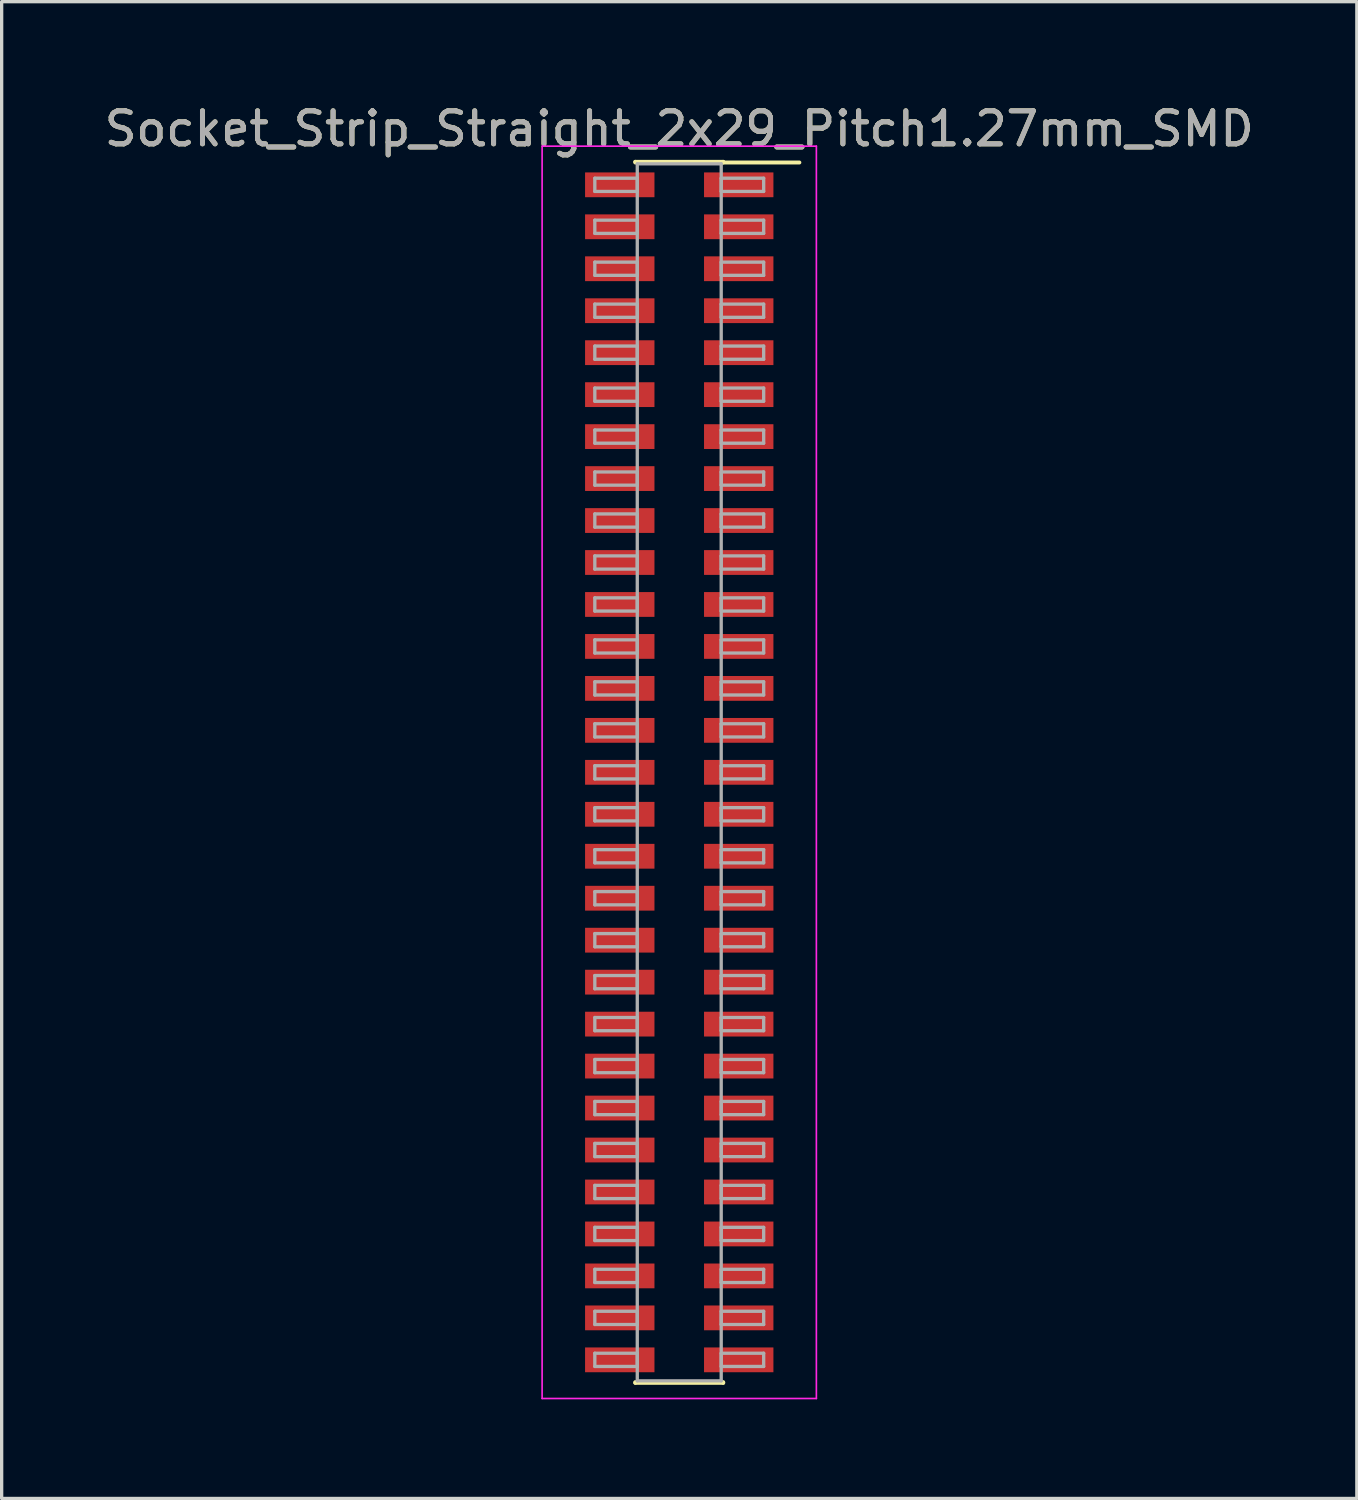
<source format=kicad_pcb>
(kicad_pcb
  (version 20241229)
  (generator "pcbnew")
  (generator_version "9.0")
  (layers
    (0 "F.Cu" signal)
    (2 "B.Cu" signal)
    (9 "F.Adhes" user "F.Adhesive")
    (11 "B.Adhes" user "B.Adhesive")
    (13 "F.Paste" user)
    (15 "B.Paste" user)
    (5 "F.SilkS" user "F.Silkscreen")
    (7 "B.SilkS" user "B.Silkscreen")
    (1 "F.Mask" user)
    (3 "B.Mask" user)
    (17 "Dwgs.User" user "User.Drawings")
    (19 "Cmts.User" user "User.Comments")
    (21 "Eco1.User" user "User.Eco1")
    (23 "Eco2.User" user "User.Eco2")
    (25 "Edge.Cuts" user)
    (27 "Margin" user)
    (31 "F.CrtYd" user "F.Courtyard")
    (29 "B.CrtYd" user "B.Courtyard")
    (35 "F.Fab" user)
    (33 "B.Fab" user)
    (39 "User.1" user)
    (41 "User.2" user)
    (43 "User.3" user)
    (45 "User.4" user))
  (footprint "Socket_Strip_Straight_2x29_Pitch1.27mm_SMD"
    (layer "F.Cu")
    (at 17.506 20.323)
    (property "Reference" "Socket_Strip_Straight_2x29_Pitch1.27mm_SMD" (at 0 -19.475 0) (layer "F.SilkS") (effects (font (size 1 1) (thickness 0.15))))
    (attr smd)
    (fp_line (start -1.33 -18.475) (end 1.33 -18.475) (stroke (width 0.12) (type solid)) (layer "F.SilkS"))
    (fp_line (start -1.33 -18.455) (end -1.33 -18.475) (stroke (width 0.12) (type solid)) (layer "F.SilkS"))
    (fp_line (start -1.33 18.455) (end -1.33 18.475) (stroke (width 0.12) (type solid)) (layer "F.SilkS"))
    (fp_line (start -1.33 18.475) (end 1.33 18.475) (stroke (width 0.12) (type solid)) (layer "F.SilkS"))
    (fp_line (start 1.33 -18.475) (end 1.33 -18.455) (stroke (width 0.12) (type solid)) (layer "F.SilkS"))
    (fp_line (start 1.33 18.475) (end 1.33 18.455) (stroke (width 0.12) (type solid)) (layer "F.SilkS"))
    (fp_line (start 3.635 -18.455) (end 1.33 -18.455) (stroke (width 0.12) (type solid)) (layer "F.SilkS"))
    (fp_line (start -4.15 -18.95) (end -4.15 18.95) (stroke (width 0.05) (type solid)) (layer "F.CrtYd"))
    (fp_line (start -4.15 18.95) (end 4.15 18.95) (stroke (width 0.05) (type solid)) (layer "F.CrtYd"))
    (fp_line (start 4.15 -18.95) (end -4.15 -18.95) (stroke (width 0.05) (type solid)) (layer "F.CrtYd"))
    (fp_line (start 4.15 18.95) (end 4.15 -18.95) (stroke (width 0.05) (type solid)) (layer "F.CrtYd"))
    (fp_line (start -2.555 -17.98) (end -1.27 -17.98) (stroke (width 0.1) (type solid)) (layer "F.Fab"))
    (fp_line (start -2.555 -17.58) (end -2.555 -17.98) (stroke (width 0.1) (type solid)) (layer "F.Fab"))
    (fp_line (start -2.555 -16.71) (end -1.27 -16.71) (stroke (width 0.1) (type solid)) (layer "F.Fab"))
    (fp_line (start -2.555 -16.31) (end -2.555 -16.71) (stroke (width 0.1) (type solid)) (layer "F.Fab"))
    (fp_line (start -2.555 -15.44) (end -1.27 -15.44) (stroke (width 0.1) (type solid)) (layer "F.Fab"))
    (fp_line (start -2.555 -15.04) (end -2.555 -15.44) (stroke (width 0.1) (type solid)) (layer "F.Fab"))
    (fp_line (start -2.555 -14.17) (end -1.27 -14.17) (stroke (width 0.1) (type solid)) (layer "F.Fab"))
    (fp_line (start -2.555 -13.77) (end -2.555 -14.17) (stroke (width 0.1) (type solid)) (layer "F.Fab"))
    (fp_line (start -2.555 -12.9) (end -1.27 -12.9) (stroke (width 0.1) (type solid)) (layer "F.Fab"))
    (fp_line (start -2.555 -12.5) (end -2.555 -12.9) (stroke (width 0.1) (type solid)) (layer "F.Fab"))
    (fp_line (start -2.555 -11.63) (end -1.27 -11.63) (stroke (width 0.1) (type solid)) (layer "F.Fab"))
    (fp_line (start -2.555 -11.23) (end -2.555 -11.63) (stroke (width 0.1) (type solid)) (layer "F.Fab"))
    (fp_line (start -2.555 -10.36) (end -1.27 -10.36) (stroke (width 0.1) (type solid)) (layer "F.Fab"))
    (fp_line (start -2.555 -9.96) (end -2.555 -10.36) (stroke (width 0.1) (type solid)) (layer "F.Fab"))
    (fp_line (start -2.555 -9.09) (end -1.27 -9.09) (stroke (width 0.1) (type solid)) (layer "F.Fab"))
    (fp_line (start -2.555 -8.69) (end -2.555 -9.09) (stroke (width 0.1) (type solid)) (layer "F.Fab"))
    (fp_line (start -2.555 -7.82) (end -1.27 -7.82) (stroke (width 0.1) (type solid)) (layer "F.Fab"))
    (fp_line (start -2.555 -7.42) (end -2.555 -7.82) (stroke (width 0.1) (type solid)) (layer "F.Fab"))
    (fp_line (start -2.555 -6.55) (end -1.27 -6.55) (stroke (width 0.1) (type solid)) (layer "F.Fab"))
    (fp_line (start -2.555 -6.15) (end -2.555 -6.55) (stroke (width 0.1) (type solid)) (layer "F.Fab"))
    (fp_line (start -2.555 -5.28) (end -1.27 -5.28) (stroke (width 0.1) (type solid)) (layer "F.Fab"))
    (fp_line (start -2.555 -4.88) (end -2.555 -5.28) (stroke (width 0.1) (type solid)) (layer "F.Fab"))
    (fp_line (start -2.555 -4.01) (end -1.27 -4.01) (stroke (width 0.1) (type solid)) (layer "F.Fab"))
    (fp_line (start -2.555 -3.61) (end -2.555 -4.01) (stroke (width 0.1) (type solid)) (layer "F.Fab"))
    (fp_line (start -2.555 -2.74) (end -1.27 -2.74) (stroke (width 0.1) (type solid)) (layer "F.Fab"))
    (fp_line (start -2.555 -2.34) (end -2.555 -2.74) (stroke (width 0.1) (type solid)) (layer "F.Fab"))
    (fp_line (start -2.555 -1.47) (end -1.27 -1.47) (stroke (width 0.1) (type solid)) (layer "F.Fab"))
    (fp_line (start -2.555 -1.07) (end -2.555 -1.47) (stroke (width 0.1) (type solid)) (layer "F.Fab"))
    (fp_line (start -2.555 -0.2) (end -1.27 -0.2) (stroke (width 0.1) (type solid)) (layer "F.Fab"))
    (fp_line (start -2.555 0.2) (end -2.555 -0.2) (stroke (width 0.1) (type solid)) (layer "F.Fab"))
    (fp_line (start -2.555 1.07) (end -1.27 1.07) (stroke (width 0.1) (type solid)) (layer "F.Fab"))
    (fp_line (start -2.555 1.47) (end -2.555 1.07) (stroke (width 0.1) (type solid)) (layer "F.Fab"))
    (fp_line (start -2.555 2.34) (end -1.27 2.34) (stroke (width 0.1) (type solid)) (layer "F.Fab"))
    (fp_line (start -2.555 2.74) (end -2.555 2.34) (stroke (width 0.1) (type solid)) (layer "F.Fab"))
    (fp_line (start -2.555 3.61) (end -1.27 3.61) (stroke (width 0.1) (type solid)) (layer "F.Fab"))
    (fp_line (start -2.555 4.01) (end -2.555 3.61) (stroke (width 0.1) (type solid)) (layer "F.Fab"))
    (fp_line (start -2.555 4.88) (end -1.27 4.88) (stroke (width 0.1) (type solid)) (layer "F.Fab"))
    (fp_line (start -2.555 5.28) (end -2.555 4.88) (stroke (width 0.1) (type solid)) (layer "F.Fab"))
    (fp_line (start -2.555 6.15) (end -1.27 6.15) (stroke (width 0.1) (type solid)) (layer "F.Fab"))
    (fp_line (start -2.555 6.55) (end -2.555 6.15) (stroke (width 0.1) (type solid)) (layer "F.Fab"))
    (fp_line (start -2.555 7.42) (end -1.27 7.42) (stroke (width 0.1) (type solid)) (layer "F.Fab"))
    (fp_line (start -2.555 7.82) (end -2.555 7.42) (stroke (width 0.1) (type solid)) (layer "F.Fab"))
    (fp_line (start -2.555 8.69) (end -1.27 8.69) (stroke (width 0.1) (type solid)) (layer "F.Fab"))
    (fp_line (start -2.555 9.09) (end -2.555 8.69) (stroke (width 0.1) (type solid)) (layer "F.Fab"))
    (fp_line (start -2.555 9.96) (end -1.27 9.96) (stroke (width 0.1) (type solid)) (layer "F.Fab"))
    (fp_line (start -2.555 10.36) (end -2.555 9.96) (stroke (width 0.1) (type solid)) (layer "F.Fab"))
    (fp_line (start -2.555 11.23) (end -1.27 11.23) (stroke (width 0.1) (type solid)) (layer "F.Fab"))
    (fp_line (start -2.555 11.63) (end -2.555 11.23) (stroke (width 0.1) (type solid)) (layer "F.Fab"))
    (fp_line (start -2.555 12.5) (end -1.27 12.5) (stroke (width 0.1) (type solid)) (layer "F.Fab"))
    (fp_line (start -2.555 12.9) (end -2.555 12.5) (stroke (width 0.1) (type solid)) (layer "F.Fab"))
    (fp_line (start -2.555 13.77) (end -1.27 13.77) (stroke (width 0.1) (type solid)) (layer "F.Fab"))
    (fp_line (start -2.555 14.17) (end -2.555 13.77) (stroke (width 0.1) (type solid)) (layer "F.Fab"))
    (fp_line (start -2.555 15.04) (end -1.27 15.04) (stroke (width 0.1) (type solid)) (layer "F.Fab"))
    (fp_line (start -2.555 15.44) (end -2.555 15.04) (stroke (width 0.1) (type solid)) (layer "F.Fab"))
    (fp_line (start -2.555 16.31) (end -1.27 16.31) (stroke (width 0.1) (type solid)) (layer "F.Fab"))
    (fp_line (start -2.555 16.71) (end -2.555 16.31) (stroke (width 0.1) (type solid)) (layer "F.Fab"))
    (fp_line (start -2.555 17.58) (end -1.27 17.58) (stroke (width 0.1) (type solid)) (layer "F.Fab"))
    (fp_line (start -2.555 17.98) (end -2.555 17.58) (stroke (width 0.1) (type solid)) (layer "F.Fab"))
    (fp_line (start -1.27 -18.415) (end -1.27 18.415) (stroke (width 0.1) (type solid)) (layer "F.Fab"))
    (fp_line (start -1.27 -17.98) (end -1.27 -17.58) (stroke (width 0.1) (type solid)) (layer "F.Fab"))
    (fp_line (start -1.27 -17.58) (end -2.555 -17.58) (stroke (width 0.1) (type solid)) (layer "F.Fab"))
    (fp_line (start -1.27 -16.71) (end -1.27 -16.31) (stroke (width 0.1) (type solid)) (layer "F.Fab"))
    (fp_line (start -1.27 -16.31) (end -2.555 -16.31) (stroke (width 0.1) (type solid)) (layer "F.Fab"))
    (fp_line (start -1.27 -15.44) (end -1.27 -15.04) (stroke (width 0.1) (type solid)) (layer "F.Fab"))
    (fp_line (start -1.27 -15.04) (end -2.555 -15.04) (stroke (width 0.1) (type solid)) (layer "F.Fab"))
    (fp_line (start -1.27 -14.17) (end -1.27 -13.77) (stroke (width 0.1) (type solid)) (layer "F.Fab"))
    (fp_line (start -1.27 -13.77) (end -2.555 -13.77) (stroke (width 0.1) (type solid)) (layer "F.Fab"))
    (fp_line (start -1.27 -12.9) (end -1.27 -12.5) (stroke (width 0.1) (type solid)) (layer "F.Fab"))
    (fp_line (start -1.27 -12.5) (end -2.555 -12.5) (stroke (width 0.1) (type solid)) (layer "F.Fab"))
    (fp_line (start -1.27 -11.63) (end -1.27 -11.23) (stroke (width 0.1) (type solid)) (layer "F.Fab"))
    (fp_line (start -1.27 -11.23) (end -2.555 -11.23) (stroke (width 0.1) (type solid)) (layer "F.Fab"))
    (fp_line (start -1.27 -10.36) (end -1.27 -9.96) (stroke (width 0.1) (type solid)) (layer "F.Fab"))
    (fp_line (start -1.27 -9.96) (end -2.555 -9.96) (stroke (width 0.1) (type solid)) (layer "F.Fab"))
    (fp_line (start -1.27 -9.09) (end -1.27 -8.69) (stroke (width 0.1) (type solid)) (layer "F.Fab"))
    (fp_line (start -1.27 -8.69) (end -2.555 -8.69) (stroke (width 0.1) (type solid)) (layer "F.Fab"))
    (fp_line (start -1.27 -7.82) (end -1.27 -7.42) (stroke (width 0.1) (type solid)) (layer "F.Fab"))
    (fp_line (start -1.27 -7.42) (end -2.555 -7.42) (stroke (width 0.1) (type solid)) (layer "F.Fab"))
    (fp_line (start -1.27 -6.55) (end -1.27 -6.15) (stroke (width 0.1) (type solid)) (layer "F.Fab"))
    (fp_line (start -1.27 -6.15) (end -2.555 -6.15) (stroke (width 0.1) (type solid)) (layer "F.Fab"))
    (fp_line (start -1.27 -5.28) (end -1.27 -4.88) (stroke (width 0.1) (type solid)) (layer "F.Fab"))
    (fp_line (start -1.27 -4.88) (end -2.555 -4.88) (stroke (width 0.1) (type solid)) (layer "F.Fab"))
    (fp_line (start -1.27 -4.01) (end -1.27 -3.61) (stroke (width 0.1) (type solid)) (layer "F.Fab"))
    (fp_line (start -1.27 -3.61) (end -2.555 -3.61) (stroke (width 0.1) (type solid)) (layer "F.Fab"))
    (fp_line (start -1.27 -2.74) (end -1.27 -2.34) (stroke (width 0.1) (type solid)) (layer "F.Fab"))
    (fp_line (start -1.27 -2.34) (end -2.555 -2.34) (stroke (width 0.1) (type solid)) (layer "F.Fab"))
    (fp_line (start -1.27 -1.47) (end -1.27 -1.07) (stroke (width 0.1) (type solid)) (layer "F.Fab"))
    (fp_line (start -1.27 -1.07) (end -2.555 -1.07) (stroke (width 0.1) (type solid)) (layer "F.Fab"))
    (fp_line (start -1.27 -0.2) (end -1.27 0.2) (stroke (width 0.1) (type solid)) (layer "F.Fab"))
    (fp_line (start -1.27 0.2) (end -2.555 0.2) (stroke (width 0.1) (type solid)) (layer "F.Fab"))
    (fp_line (start -1.27 1.07) (end -1.27 1.47) (stroke (width 0.1) (type solid)) (layer "F.Fab"))
    (fp_line (start -1.27 1.47) (end -2.555 1.47) (stroke (width 0.1) (type solid)) (layer "F.Fab"))
    (fp_line (start -1.27 2.34) (end -1.27 2.74) (stroke (width 0.1) (type solid)) (layer "F.Fab"))
    (fp_line (start -1.27 2.74) (end -2.555 2.74) (stroke (width 0.1) (type solid)) (layer "F.Fab"))
    (fp_line (start -1.27 3.61) (end -1.27 4.01) (stroke (width 0.1) (type solid)) (layer "F.Fab"))
    (fp_line (start -1.27 4.01) (end -2.555 4.01) (stroke (width 0.1) (type solid)) (layer "F.Fab"))
    (fp_line (start -1.27 4.88) (end -1.27 5.28) (stroke (width 0.1) (type solid)) (layer "F.Fab"))
    (fp_line (start -1.27 5.28) (end -2.555 5.28) (stroke (width 0.1) (type solid)) (layer "F.Fab"))
    (fp_line (start -1.27 6.15) (end -1.27 6.55) (stroke (width 0.1) (type solid)) (layer "F.Fab"))
    (fp_line (start -1.27 6.55) (end -2.555 6.55) (stroke (width 0.1) (type solid)) (layer "F.Fab"))
    (fp_line (start -1.27 7.42) (end -1.27 7.82) (stroke (width 0.1) (type solid)) (layer "F.Fab"))
    (fp_line (start -1.27 7.82) (end -2.555 7.82) (stroke (width 0.1) (type solid)) (layer "F.Fab"))
    (fp_line (start -1.27 8.69) (end -1.27 9.09) (stroke (width 0.1) (type solid)) (layer "F.Fab"))
    (fp_line (start -1.27 9.09) (end -2.555 9.09) (stroke (width 0.1) (type solid)) (layer "F.Fab"))
    (fp_line (start -1.27 9.96) (end -1.27 10.36) (stroke (width 0.1) (type solid)) (layer "F.Fab"))
    (fp_line (start -1.27 10.36) (end -2.555 10.36) (stroke (width 0.1) (type solid)) (layer "F.Fab"))
    (fp_line (start -1.27 11.23) (end -1.27 11.63) (stroke (width 0.1) (type solid)) (layer "F.Fab"))
    (fp_line (start -1.27 11.63) (end -2.555 11.63) (stroke (width 0.1) (type solid)) (layer "F.Fab"))
    (fp_line (start -1.27 12.5) (end -1.27 12.9) (stroke (width 0.1) (type solid)) (layer "F.Fab"))
    (fp_line (start -1.27 12.9) (end -2.555 12.9) (stroke (width 0.1) (type solid)) (layer "F.Fab"))
    (fp_line (start -1.27 13.77) (end -1.27 14.17) (stroke (width 0.1) (type solid)) (layer "F.Fab"))
    (fp_line (start -1.27 14.17) (end -2.555 14.17) (stroke (width 0.1) (type solid)) (layer "F.Fab"))
    (fp_line (start -1.27 15.04) (end -1.27 15.44) (stroke (width 0.1) (type solid)) (layer "F.Fab"))
    (fp_line (start -1.27 15.44) (end -2.555 15.44) (stroke (width 0.1) (type solid)) (layer "F.Fab"))
    (fp_line (start -1.27 16.31) (end -1.27 16.71) (stroke (width 0.1) (type solid)) (layer "F.Fab"))
    (fp_line (start -1.27 16.71) (end -2.555 16.71) (stroke (width 0.1) (type solid)) (layer "F.Fab"))
    (fp_line (start -1.27 17.58) (end -1.27 17.98) (stroke (width 0.1) (type solid)) (layer "F.Fab"))
    (fp_line (start -1.27 17.98) (end -2.555 17.98) (stroke (width 0.1) (type solid)) (layer "F.Fab"))
    (fp_line (start -1.27 18.415) (end 1.27 18.415) (stroke (width 0.1) (type solid)) (layer "F.Fab"))
    (fp_line (start 1.27 -18.415) (end -1.27 -18.415) (stroke (width 0.1) (type solid)) (layer "F.Fab"))
    (fp_line (start 1.27 -17.98) (end 1.27 -17.58) (stroke (width 0.1) (type solid)) (layer "F.Fab"))
    (fp_line (start 1.27 -17.58) (end 2.555 -17.58) (stroke (width 0.1) (type solid)) (layer "F.Fab"))
    (fp_line (start 1.27 -16.71) (end 1.27 -16.31) (stroke (width 0.1) (type solid)) (layer "F.Fab"))
    (fp_line (start 1.27 -16.31) (end 2.555 -16.31) (stroke (width 0.1) (type solid)) (layer "F.Fab"))
    (fp_line (start 1.27 -15.44) (end 1.27 -15.04) (stroke (width 0.1) (type solid)) (layer "F.Fab"))
    (fp_line (start 1.27 -15.04) (end 2.555 -15.04) (stroke (width 0.1) (type solid)) (layer "F.Fab"))
    (fp_line (start 1.27 -14.17) (end 1.27 -13.77) (stroke (width 0.1) (type solid)) (layer "F.Fab"))
    (fp_line (start 1.27 -13.77) (end 2.555 -13.77) (stroke (width 0.1) (type solid)) (layer "F.Fab"))
    (fp_line (start 1.27 -12.9) (end 1.27 -12.5) (stroke (width 0.1) (type solid)) (layer "F.Fab"))
    (fp_line (start 1.27 -12.5) (end 2.555 -12.5) (stroke (width 0.1) (type solid)) (layer "F.Fab"))
    (fp_line (start 1.27 -11.63) (end 1.27 -11.23) (stroke (width 0.1) (type solid)) (layer "F.Fab"))
    (fp_line (start 1.27 -11.23) (end 2.555 -11.23) (stroke (width 0.1) (type solid)) (layer "F.Fab"))
    (fp_line (start 1.27 -10.36) (end 1.27 -9.96) (stroke (width 0.1) (type solid)) (layer "F.Fab"))
    (fp_line (start 1.27 -9.96) (end 2.555 -9.96) (stroke (width 0.1) (type solid)) (layer "F.Fab"))
    (fp_line (start 1.27 -9.09) (end 1.27 -8.69) (stroke (width 0.1) (type solid)) (layer "F.Fab"))
    (fp_line (start 1.27 -8.69) (end 2.555 -8.69) (stroke (width 0.1) (type solid)) (layer "F.Fab"))
    (fp_line (start 1.27 -7.82) (end 1.27 -7.42) (stroke (width 0.1) (type solid)) (layer "F.Fab"))
    (fp_line (start 1.27 -7.42) (end 2.555 -7.42) (stroke (width 0.1) (type solid)) (layer "F.Fab"))
    (fp_line (start 1.27 -6.55) (end 1.27 -6.15) (stroke (width 0.1) (type solid)) (layer "F.Fab"))
    (fp_line (start 1.27 -6.15) (end 2.555 -6.15) (stroke (width 0.1) (type solid)) (layer "F.Fab"))
    (fp_line (start 1.27 -5.28) (end 1.27 -4.88) (stroke (width 0.1) (type solid)) (layer "F.Fab"))
    (fp_line (start 1.27 -4.88) (end 2.555 -4.88) (stroke (width 0.1) (type solid)) (layer "F.Fab"))
    (fp_line (start 1.27 -4.01) (end 1.27 -3.61) (stroke (width 0.1) (type solid)) (layer "F.Fab"))
    (fp_line (start 1.27 -3.61) (end 2.555 -3.61) (stroke (width 0.1) (type solid)) (layer "F.Fab"))
    (fp_line (start 1.27 -2.74) (end 1.27 -2.34) (stroke (width 0.1) (type solid)) (layer "F.Fab"))
    (fp_line (start 1.27 -2.34) (end 2.555 -2.34) (stroke (width 0.1) (type solid)) (layer "F.Fab"))
    (fp_line (start 1.27 -1.47) (end 1.27 -1.07) (stroke (width 0.1) (type solid)) (layer "F.Fab"))
    (fp_line (start 1.27 -1.07) (end 2.555 -1.07) (stroke (width 0.1) (type solid)) (layer "F.Fab"))
    (fp_line (start 1.27 -0.2) (end 1.27 0.2) (stroke (width 0.1) (type solid)) (layer "F.Fab"))
    (fp_line (start 1.27 0.2) (end 2.555 0.2) (stroke (width 0.1) (type solid)) (layer "F.Fab"))
    (fp_line (start 1.27 1.07) (end 1.27 1.47) (stroke (width 0.1) (type solid)) (layer "F.Fab"))
    (fp_line (start 1.27 1.47) (end 2.555 1.47) (stroke (width 0.1) (type solid)) (layer "F.Fab"))
    (fp_line (start 1.27 2.34) (end 1.27 2.74) (stroke (width 0.1) (type solid)) (layer "F.Fab"))
    (fp_line (start 1.27 2.74) (end 2.555 2.74) (stroke (width 0.1) (type solid)) (layer "F.Fab"))
    (fp_line (start 1.27 3.61) (end 1.27 4.01) (stroke (width 0.1) (type solid)) (layer "F.Fab"))
    (fp_line (start 1.27 4.01) (end 2.555 4.01) (stroke (width 0.1) (type solid)) (layer "F.Fab"))
    (fp_line (start 1.27 4.88) (end 1.27 5.28) (stroke (width 0.1) (type solid)) (layer "F.Fab"))
    (fp_line (start 1.27 5.28) (end 2.555 5.28) (stroke (width 0.1) (type solid)) (layer "F.Fab"))
    (fp_line (start 1.27 6.15) (end 1.27 6.55) (stroke (width 0.1) (type solid)) (layer "F.Fab"))
    (fp_line (start 1.27 6.55) (end 2.555 6.55) (stroke (width 0.1) (type solid)) (layer "F.Fab"))
    (fp_line (start 1.27 7.42) (end 1.27 7.82) (stroke (width 0.1) (type solid)) (layer "F.Fab"))
    (fp_line (start 1.27 7.82) (end 2.555 7.82) (stroke (width 0.1) (type solid)) (layer "F.Fab"))
    (fp_line (start 1.27 8.69) (end 1.27 9.09) (stroke (width 0.1) (type solid)) (layer "F.Fab"))
    (fp_line (start 1.27 9.09) (end 2.555 9.09) (stroke (width 0.1) (type solid)) (layer "F.Fab"))
    (fp_line (start 1.27 9.96) (end 1.27 10.36) (stroke (width 0.1) (type solid)) (layer "F.Fab"))
    (fp_line (start 1.27 10.36) (end 2.555 10.36) (stroke (width 0.1) (type solid)) (layer "F.Fab"))
    (fp_line (start 1.27 11.23) (end 1.27 11.63) (stroke (width 0.1) (type solid)) (layer "F.Fab"))
    (fp_line (start 1.27 11.63) (end 2.555 11.63) (stroke (width 0.1) (type solid)) (layer "F.Fab"))
    (fp_line (start 1.27 12.5) (end 1.27 12.9) (stroke (width 0.1) (type solid)) (layer "F.Fab"))
    (fp_line (start 1.27 12.9) (end 2.555 12.9) (stroke (width 0.1) (type solid)) (layer "F.Fab"))
    (fp_line (start 1.27 13.77) (end 1.27 14.17) (stroke (width 0.1) (type solid)) (layer "F.Fab"))
    (fp_line (start 1.27 14.17) (end 2.555 14.17) (stroke (width 0.1) (type solid)) (layer "F.Fab"))
    (fp_line (start 1.27 15.04) (end 1.27 15.44) (stroke (width 0.1) (type solid)) (layer "F.Fab"))
    (fp_line (start 1.27 15.44) (end 2.555 15.44) (stroke (width 0.1) (type solid)) (layer "F.Fab"))
    (fp_line (start 1.27 16.31) (end 1.27 16.71) (stroke (width 0.1) (type solid)) (layer "F.Fab"))
    (fp_line (start 1.27 16.71) (end 2.555 16.71) (stroke (width 0.1) (type solid)) (layer "F.Fab"))
    (fp_line (start 1.27 17.58) (end 1.27 17.98) (stroke (width 0.1) (type solid)) (layer "F.Fab"))
    (fp_line (start 1.27 17.98) (end 2.555 17.98) (stroke (width 0.1) (type solid)) (layer "F.Fab"))
    (fp_line (start 1.27 18.415) (end 1.27 -18.415) (stroke (width 0.1) (type solid)) (layer "F.Fab"))
    (fp_line (start 2.555 -17.98) (end 1.27 -17.98) (stroke (width 0.1) (type solid)) (layer "F.Fab"))
    (fp_line (start 2.555 -17.58) (end 2.555 -17.98) (stroke (width 0.1) (type solid)) (layer "F.Fab"))
    (fp_line (start 2.555 -16.71) (end 1.27 -16.71) (stroke (width 0.1) (type solid)) (layer "F.Fab"))
    (fp_line (start 2.555 -16.31) (end 2.555 -16.71) (stroke (width 0.1) (type solid)) (layer "F.Fab"))
    (fp_line (start 2.555 -15.44) (end 1.27 -15.44) (stroke (width 0.1) (type solid)) (layer "F.Fab"))
    (fp_line (start 2.555 -15.04) (end 2.555 -15.44) (stroke (width 0.1) (type solid)) (layer "F.Fab"))
    (fp_line (start 2.555 -14.17) (end 1.27 -14.17) (stroke (width 0.1) (type solid)) (layer "F.Fab"))
    (fp_line (start 2.555 -13.77) (end 2.555 -14.17) (stroke (width 0.1) (type solid)) (layer "F.Fab"))
    (fp_line (start 2.555 -12.9) (end 1.27 -12.9) (stroke (width 0.1) (type solid)) (layer "F.Fab"))
    (fp_line (start 2.555 -12.5) (end 2.555 -12.9) (stroke (width 0.1) (type solid)) (layer "F.Fab"))
    (fp_line (start 2.555 -11.63) (end 1.27 -11.63) (stroke (width 0.1) (type solid)) (layer "F.Fab"))
    (fp_line (start 2.555 -11.23) (end 2.555 -11.63) (stroke (width 0.1) (type solid)) (layer "F.Fab"))
    (fp_line (start 2.555 -10.36) (end 1.27 -10.36) (stroke (width 0.1) (type solid)) (layer "F.Fab"))
    (fp_line (start 2.555 -9.96) (end 2.555 -10.36) (stroke (width 0.1) (type solid)) (layer "F.Fab"))
    (fp_line (start 2.555 -9.09) (end 1.27 -9.09) (stroke (width 0.1) (type solid)) (layer "F.Fab"))
    (fp_line (start 2.555 -8.69) (end 2.555 -9.09) (stroke (width 0.1) (type solid)) (layer "F.Fab"))
    (fp_line (start 2.555 -7.82) (end 1.27 -7.82) (stroke (width 0.1) (type solid)) (layer "F.Fab"))
    (fp_line (start 2.555 -7.42) (end 2.555 -7.82) (stroke (width 0.1) (type solid)) (layer "F.Fab"))
    (fp_line (start 2.555 -6.55) (end 1.27 -6.55) (stroke (width 0.1) (type solid)) (layer "F.Fab"))
    (fp_line (start 2.555 -6.15) (end 2.555 -6.55) (stroke (width 0.1) (type solid)) (layer "F.Fab"))
    (fp_line (start 2.555 -5.28) (end 1.27 -5.28) (stroke (width 0.1) (type solid)) (layer "F.Fab"))
    (fp_line (start 2.555 -4.88) (end 2.555 -5.28) (stroke (width 0.1) (type solid)) (layer "F.Fab"))
    (fp_line (start 2.555 -4.01) (end 1.27 -4.01) (stroke (width 0.1) (type solid)) (layer "F.Fab"))
    (fp_line (start 2.555 -3.61) (end 2.555 -4.01) (stroke (width 0.1) (type solid)) (layer "F.Fab"))
    (fp_line (start 2.555 -2.74) (end 1.27 -2.74) (stroke (width 0.1) (type solid)) (layer "F.Fab"))
    (fp_line (start 2.555 -2.34) (end 2.555 -2.74) (stroke (width 0.1) (type solid)) (layer "F.Fab"))
    (fp_line (start 2.555 -1.47) (end 1.27 -1.47) (stroke (width 0.1) (type solid)) (layer "F.Fab"))
    (fp_line (start 2.555 -1.07) (end 2.555 -1.47) (stroke (width 0.1) (type solid)) (layer "F.Fab"))
    (fp_line (start 2.555 -0.2) (end 1.27 -0.2) (stroke (width 0.1) (type solid)) (layer "F.Fab"))
    (fp_line (start 2.555 0.2) (end 2.555 -0.2) (stroke (width 0.1) (type solid)) (layer "F.Fab"))
    (fp_line (start 2.555 1.07) (end 1.27 1.07) (stroke (width 0.1) (type solid)) (layer "F.Fab"))
    (fp_line (start 2.555 1.47) (end 2.555 1.07) (stroke (width 0.1) (type solid)) (layer "F.Fab"))
    (fp_line (start 2.555 2.34) (end 1.27 2.34) (stroke (width 0.1) (type solid)) (layer "F.Fab"))
    (fp_line (start 2.555 2.74) (end 2.555 2.34) (stroke (width 0.1) (type solid)) (layer "F.Fab"))
    (fp_line (start 2.555 3.61) (end 1.27 3.61) (stroke (width 0.1) (type solid)) (layer "F.Fab"))
    (fp_line (start 2.555 4.01) (end 2.555 3.61) (stroke (width 0.1) (type solid)) (layer "F.Fab"))
    (fp_line (start 2.555 4.88) (end 1.27 4.88) (stroke (width 0.1) (type solid)) (layer "F.Fab"))
    (fp_line (start 2.555 5.28) (end 2.555 4.88) (stroke (width 0.1) (type solid)) (layer "F.Fab"))
    (fp_line (start 2.555 6.15) (end 1.27 6.15) (stroke (width 0.1) (type solid)) (layer "F.Fab"))
    (fp_line (start 2.555 6.55) (end 2.555 6.15) (stroke (width 0.1) (type solid)) (layer "F.Fab"))
    (fp_line (start 2.555 7.42) (end 1.27 7.42) (stroke (width 0.1) (type solid)) (layer "F.Fab"))
    (fp_line (start 2.555 7.82) (end 2.555 7.42) (stroke (width 0.1) (type solid)) (layer "F.Fab"))
    (fp_line (start 2.555 8.69) (end 1.27 8.69) (stroke (width 0.1) (type solid)) (layer "F.Fab"))
    (fp_line (start 2.555 9.09) (end 2.555 8.69) (stroke (width 0.1) (type solid)) (layer "F.Fab"))
    (fp_line (start 2.555 9.96) (end 1.27 9.96) (stroke (width 0.1) (type solid)) (layer "F.Fab"))
    (fp_line (start 2.555 10.36) (end 2.555 9.96) (stroke (width 0.1) (type solid)) (layer "F.Fab"))
    (fp_line (start 2.555 11.23) (end 1.27 11.23) (stroke (width 0.1) (type solid)) (layer "F.Fab"))
    (fp_line (start 2.555 11.63) (end 2.555 11.23) (stroke (width 0.1) (type solid)) (layer "F.Fab"))
    (fp_line (start 2.555 12.5) (end 1.27 12.5) (stroke (width 0.1) (type solid)) (layer "F.Fab"))
    (fp_line (start 2.555 12.9) (end 2.555 12.5) (stroke (width 0.1) (type solid)) (layer "F.Fab"))
    (fp_line (start 2.555 13.77) (end 1.27 13.77) (stroke (width 0.1) (type solid)) (layer "F.Fab"))
    (fp_line (start 2.555 14.17) (end 2.555 13.77) (stroke (width 0.1) (type solid)) (layer "F.Fab"))
    (fp_line (start 2.555 15.04) (end 1.27 15.04) (stroke (width 0.1) (type solid)) (layer "F.Fab"))
    (fp_line (start 2.555 15.44) (end 2.555 15.04) (stroke (width 0.1) (type solid)) (layer "F.Fab"))
    (fp_line (start 2.555 16.31) (end 1.27 16.31) (stroke (width 0.1) (type solid)) (layer "F.Fab"))
    (fp_line (start 2.555 16.71) (end 2.555 16.31) (stroke (width 0.1) (type solid)) (layer "F.Fab"))
    (fp_line (start 2.555 17.58) (end 1.27 17.58) (stroke (width 0.1) (type solid)) (layer "F.Fab"))
    (fp_line (start 2.555 17.98) (end 2.555 17.58) (stroke (width 0.1) (type solid)) (layer "F.Fab"))
    (fp_text user "${REFERENCE}" (at 0 -19.475 0) (layer "F.Fab") (effects (font (size 1 1) (thickness 0.15))))
    (pad "1" smd rect (at 1.8 -17.78) (size 2.1 0.75) (layers "F.Cu" "F.Mask" "F.Paste"))
    (pad "2" smd rect (at -1.8 -17.78) (size 2.1 0.75) (layers "F.Cu" "F.Mask" "F.Paste"))
    (pad "3" smd rect (at 1.8 -16.51) (size 2.1 0.75) (layers "F.Cu" "F.Mask" "F.Paste"))
    (pad "4" smd rect (at -1.8 -16.51) (size 2.1 0.75) (layers "F.Cu" "F.Mask" "F.Paste"))
    (pad "5" smd rect (at 1.8 -15.24) (size 2.1 0.75) (layers "F.Cu" "F.Mask" "F.Paste"))
    (pad "6" smd rect (at -1.8 -15.24) (size 2.1 0.75) (layers "F.Cu" "F.Mask" "F.Paste"))
    (pad "7" smd rect (at 1.8 -13.97) (size 2.1 0.75) (layers "F.Cu" "F.Mask" "F.Paste"))
    (pad "8" smd rect (at -1.8 -13.97) (size 2.1 0.75) (layers "F.Cu" "F.Mask" "F.Paste"))
    (pad "9" smd rect (at 1.8 -12.7) (size 2.1 0.75) (layers "F.Cu" "F.Mask" "F.Paste"))
    (pad "10" smd rect (at -1.8 -12.7) (size 2.1 0.75) (layers "F.Cu" "F.Mask" "F.Paste"))
    (pad "11" smd rect (at 1.8 -11.43) (size 2.1 0.75) (layers "F.Cu" "F.Mask" "F.Paste"))
    (pad "12" smd rect (at -1.8 -11.43) (size 2.1 0.75) (layers "F.Cu" "F.Mask" "F.Paste"))
    (pad "13" smd rect (at 1.8 -10.16) (size 2.1 0.75) (layers "F.Cu" "F.Mask" "F.Paste"))
    (pad "14" smd rect (at -1.8 -10.16) (size 2.1 0.75) (layers "F.Cu" "F.Mask" "F.Paste"))
    (pad "15" smd rect (at 1.8 -8.89) (size 2.1 0.75) (layers "F.Cu" "F.Mask" "F.Paste"))
    (pad "16" smd rect (at -1.8 -8.89) (size 2.1 0.75) (layers "F.Cu" "F.Mask" "F.Paste"))
    (pad "17" smd rect (at 1.8 -7.62) (size 2.1 0.75) (layers "F.Cu" "F.Mask" "F.Paste"))
    (pad "18" smd rect (at -1.8 -7.62) (size 2.1 0.75) (layers "F.Cu" "F.Mask" "F.Paste"))
    (pad "19" smd rect (at 1.8 -6.35) (size 2.1 0.75) (layers "F.Cu" "F.Mask" "F.Paste"))
    (pad "20" smd rect (at -1.8 -6.35) (size 2.1 0.75) (layers "F.Cu" "F.Mask" "F.Paste"))
    (pad "21" smd rect (at 1.8 -5.08) (size 2.1 0.75) (layers "F.Cu" "F.Mask" "F.Paste"))
    (pad "22" smd rect (at -1.8 -5.08) (size 2.1 0.75) (layers "F.Cu" "F.Mask" "F.Paste"))
    (pad "23" smd rect (at 1.8 -3.81) (size 2.1 0.75) (layers "F.Cu" "F.Mask" "F.Paste"))
    (pad "24" smd rect (at -1.8 -3.81) (size 2.1 0.75) (layers "F.Cu" "F.Mask" "F.Paste"))
    (pad "25" smd rect (at 1.8 -2.54) (size 2.1 0.75) (layers "F.Cu" "F.Mask" "F.Paste"))
    (pad "26" smd rect (at -1.8 -2.54) (size 2.1 0.75) (layers "F.Cu" "F.Mask" "F.Paste"))
    (pad "27" smd rect (at 1.8 -1.27) (size 2.1 0.75) (layers "F.Cu" "F.Mask" "F.Paste"))
    (pad "28" smd rect (at -1.8 -1.27) (size 2.1 0.75) (layers "F.Cu" "F.Mask" "F.Paste"))
    (pad "29" smd rect (at 1.8 0) (size 2.1 0.75) (layers "F.Cu" "F.Mask" "F.Paste"))
    (pad "30" smd rect (at -1.8 0) (size 2.1 0.75) (layers "F.Cu" "F.Mask" "F.Paste"))
    (pad "31" smd rect (at 1.8 1.27) (size 2.1 0.75) (layers "F.Cu" "F.Mask" "F.Paste"))
    (pad "32" smd rect (at -1.8 1.27) (size 2.1 0.75) (layers "F.Cu" "F.Mask" "F.Paste"))
    (pad "33" smd rect (at 1.8 2.54) (size 2.1 0.75) (layers "F.Cu" "F.Mask" "F.Paste"))
    (pad "34" smd rect (at -1.8 2.54) (size 2.1 0.75) (layers "F.Cu" "F.Mask" "F.Paste"))
    (pad "35" smd rect (at 1.8 3.81) (size 2.1 0.75) (layers "F.Cu" "F.Mask" "F.Paste"))
    (pad "36" smd rect (at -1.8 3.81) (size 2.1 0.75) (layers "F.Cu" "F.Mask" "F.Paste"))
    (pad "37" smd rect (at 1.8 5.08) (size 2.1 0.75) (layers "F.Cu" "F.Mask" "F.Paste"))
    (pad "38" smd rect (at -1.8 5.08) (size 2.1 0.75) (layers "F.Cu" "F.Mask" "F.Paste"))
    (pad "39" smd rect (at 1.8 6.35) (size 2.1 0.75) (layers "F.Cu" "F.Mask" "F.Paste"))
    (pad "40" smd rect (at -1.8 6.35) (size 2.1 0.75) (layers "F.Cu" "F.Mask" "F.Paste"))
    (pad "41" smd rect (at 1.8 7.62) (size 2.1 0.75) (layers "F.Cu" "F.Mask" "F.Paste"))
    (pad "42" smd rect (at -1.8 7.62) (size 2.1 0.75) (layers "F.Cu" "F.Mask" "F.Paste"))
    (pad "43" smd rect (at 1.8 8.89) (size 2.1 0.75) (layers "F.Cu" "F.Mask" "F.Paste"))
    (pad "44" smd rect (at -1.8 8.89) (size 2.1 0.75) (layers "F.Cu" "F.Mask" "F.Paste"))
    (pad "45" smd rect (at 1.8 10.16) (size 2.1 0.75) (layers "F.Cu" "F.Mask" "F.Paste"))
    (pad "46" smd rect (at -1.8 10.16) (size 2.1 0.75) (layers "F.Cu" "F.Mask" "F.Paste"))
    (pad "47" smd rect (at 1.8 11.43) (size 2.1 0.75) (layers "F.Cu" "F.Mask" "F.Paste"))
    (pad "48" smd rect (at -1.8 11.43) (size 2.1 0.75) (layers "F.Cu" "F.Mask" "F.Paste"))
    (pad "49" smd rect (at 1.8 12.7) (size 2.1 0.75) (layers "F.Cu" "F.Mask" "F.Paste"))
    (pad "50" smd rect (at -1.8 12.7) (size 2.1 0.75) (layers "F.Cu" "F.Mask" "F.Paste"))
    (pad "51" smd rect (at 1.8 13.97) (size 2.1 0.75) (layers "F.Cu" "F.Mask" "F.Paste"))
    (pad "52" smd rect (at -1.8 13.97) (size 2.1 0.75) (layers "F.Cu" "F.Mask" "F.Paste"))
    (pad "53" smd rect (at 1.8 15.24) (size 2.1 0.75) (layers "F.Cu" "F.Mask" "F.Paste"))
    (pad "54" smd rect (at -1.8 15.24) (size 2.1 0.75) (layers "F.Cu" "F.Mask" "F.Paste"))
    (pad "55" smd rect (at 1.8 16.51) (size 2.1 0.75) (layers "F.Cu" "F.Mask" "F.Paste"))
    (pad "56" smd rect (at -1.8 16.51) (size 2.1 0.75) (layers "F.Cu" "F.Mask" "F.Paste"))
    (pad "57" smd rect (at 1.8 17.78) (size 2.1 0.75) (layers "F.Cu" "F.Mask" "F.Paste"))
    (pad "58" smd rect (at -1.8 17.78) (size 2.1 0.75) (layers "F.Cu" "F.Mask" "F.Paste")))
  (gr_rect
    (start -3 -3)
    (end 38.012 42.298)
    (stroke (width 0.1) (type default))
    (fill no)
    (layer "Edge.Cuts")))
</source>
